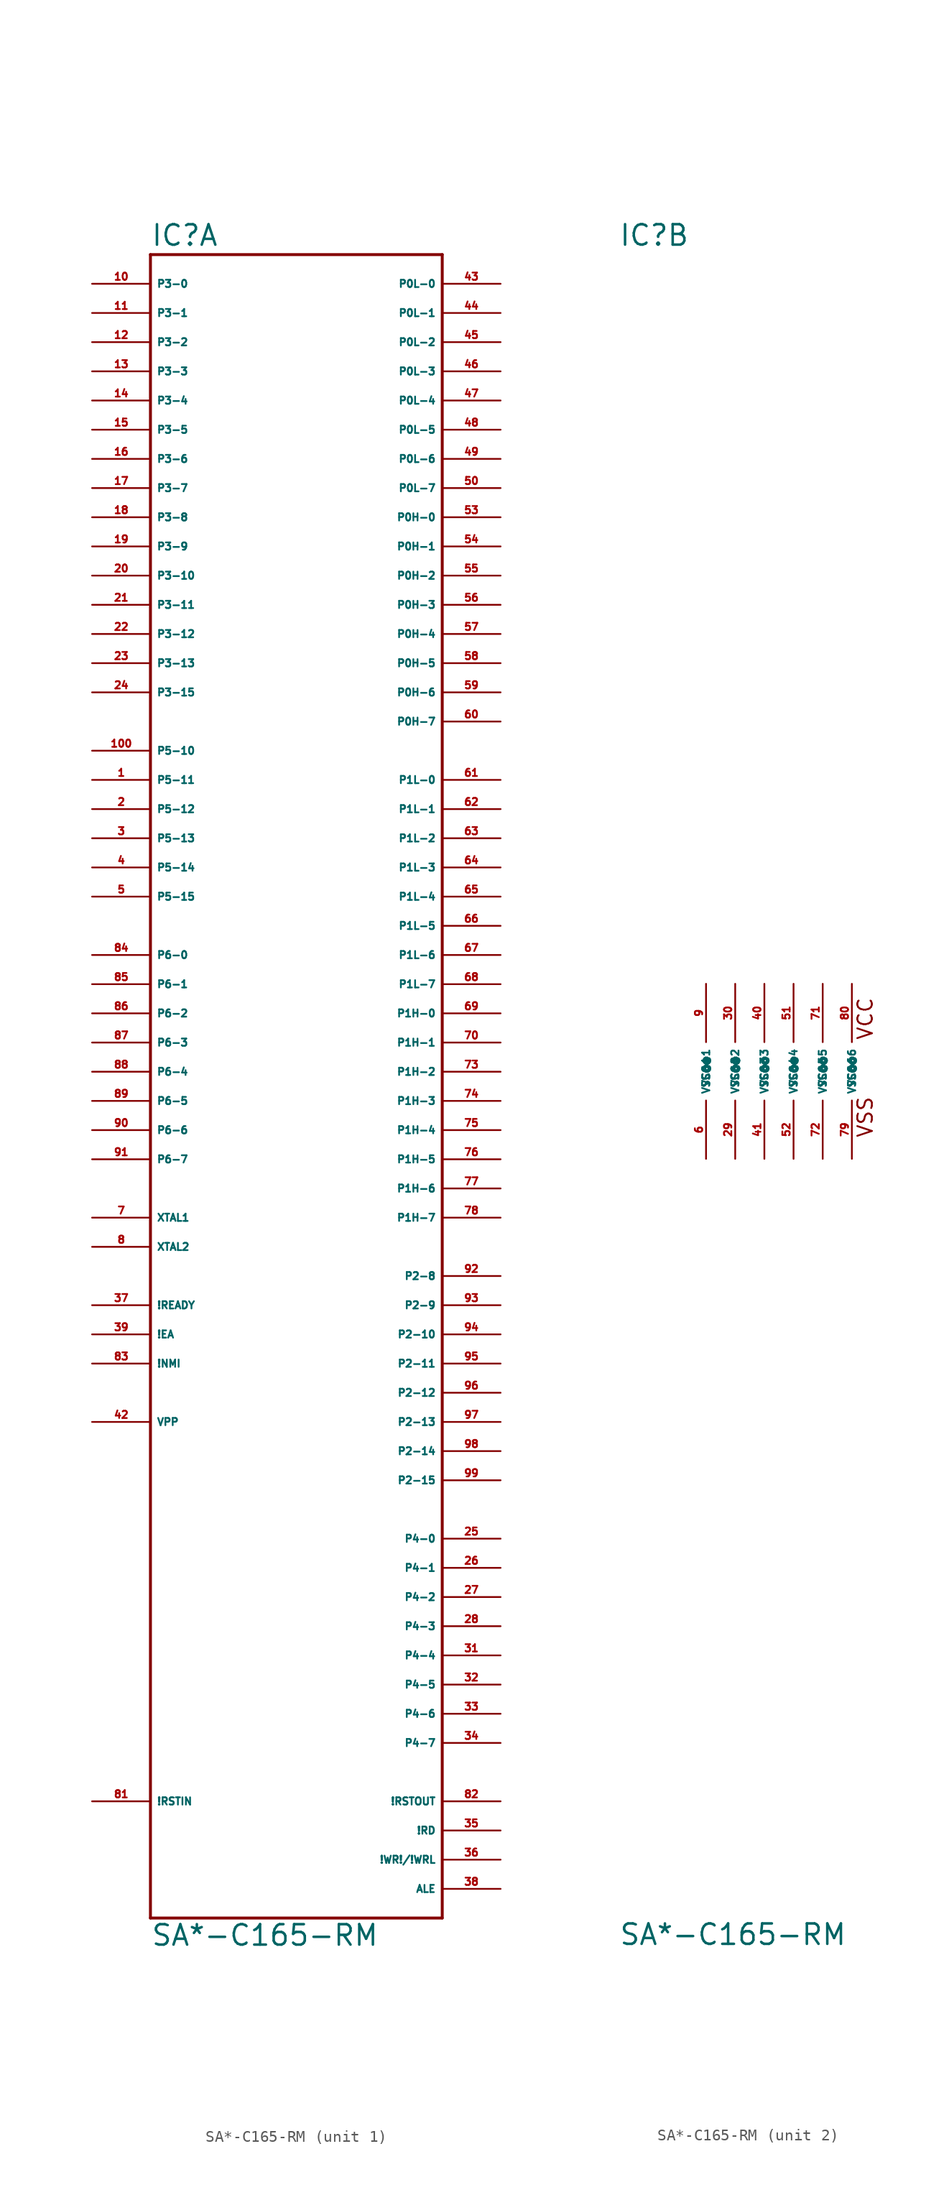
<source format=kicad_sym>
(kicad_symbol_lib
  (version 20220914)
  (generator Eagle2Kicad)
  (symbol "SA*-C165-RM"
    (property "Reference" "IC"
      (at -12.7 71.755 0)
      (effects (font (size 1.778 1.778) (thickness 0.22)) (justify left bottom)))
    (property "Value" "SA*-C165-RM"
      (at -12.7 -76.2 0)
      (effects (font (size 1.778 1.778) (thickness 0.22)) (justify left bottom)))
    (symbol "SA*-C165-RM_1_0"
      (polyline (pts (xy 12.7 71.12) (xy -12.7 71.12)) (stroke (width 0.254) (type default)) (fill (type none)))
      (polyline (pts (xy -12.7 71.12) (xy -12.7 -73.66)) (stroke (width 0.254) (type default)) (fill (type none)))
      (polyline (pts (xy -12.7 -73.66) (xy 12.7 -73.66)) (stroke (width 0.254) (type default)) (fill (type none)))
      (polyline (pts (xy 12.7 -73.66) (xy 12.7 71.12)) (stroke (width 0.254) (type default)) (fill (type none)))
      (pin bidirectional line (at 17.78 66.04 180) (length 5.08) (name "P0L-1" (effects (font (size 0.635 0.635) (thickness 0.08)) (justify left bottom))) (number "44" (effects (font (size 0.635 0.635) (thickness 0.08)) (justify left bottom))))
      (pin bidirectional line (at 17.78 63.5 180) (length 5.08) (name "P0L-2" (effects (font (size 0.635 0.635) (thickness 0.08)) (justify left bottom))) (number "45" (effects (font (size 0.635 0.635) (thickness 0.08)) (justify left bottom))))
      (pin bidirectional line (at 17.78 60.96 180) (length 5.08) (name "P0L-3" (effects (font (size 0.635 0.635) (thickness 0.08)) (justify left bottom))) (number "46" (effects (font (size 0.635 0.635) (thickness 0.08)) (justify left bottom))))
      (pin bidirectional line (at 17.78 58.42 180) (length 5.08) (name "P0L-4" (effects (font (size 0.635 0.635) (thickness 0.08)) (justify left bottom))) (number "47" (effects (font (size 0.635 0.635) (thickness 0.08)) (justify left bottom))))
      (pin bidirectional line (at 17.78 55.88 180) (length 5.08) (name "P0L-5" (effects (font (size 0.635 0.635) (thickness 0.08)) (justify left bottom))) (number "48" (effects (font (size 0.635 0.635) (thickness 0.08)) (justify left bottom))))
      (pin bidirectional line (at 17.78 53.34 180) (length 5.08) (name "P0L-6" (effects (font (size 0.635 0.635) (thickness 0.08)) (justify left bottom))) (number "49" (effects (font (size 0.635 0.635) (thickness 0.08)) (justify left bottom))))
      (pin bidirectional line (at 17.78 50.8 180) (length 5.08) (name "P0L-7" (effects (font (size 0.635 0.635) (thickness 0.08)) (justify left bottom))) (number "50" (effects (font (size 0.635 0.635) (thickness 0.08)) (justify left bottom))))
      (pin bidirectional line (at 17.78 48.26 180) (length 5.08) (name "P0H-0" (effects (font (size 0.635 0.635) (thickness 0.08)) (justify left bottom))) (number "53" (effects (font (size 0.635 0.635) (thickness 0.08)) (justify left bottom))))
      (pin bidirectional line (at 17.78 45.72 180) (length 5.08) (name "P0H-1" (effects (font (size 0.635 0.635) (thickness 0.08)) (justify left bottom))) (number "54" (effects (font (size 0.635 0.635) (thickness 0.08)) (justify left bottom))))
      (pin bidirectional line (at 17.78 43.18 180) (length 5.08) (name "P0H-2" (effects (font (size 0.635 0.635) (thickness 0.08)) (justify left bottom))) (number "55" (effects (font (size 0.635 0.635) (thickness 0.08)) (justify left bottom))))
      (pin bidirectional line (at 17.78 40.64 180) (length 5.08) (name "P0H-3" (effects (font (size 0.635 0.635) (thickness 0.08)) (justify left bottom))) (number "56" (effects (font (size 0.635 0.635) (thickness 0.08)) (justify left bottom))))
      (pin bidirectional line (at 17.78 38.1 180) (length 5.08) (name "P0H-4" (effects (font (size 0.635 0.635) (thickness 0.08)) (justify left bottom))) (number "57" (effects (font (size 0.635 0.635) (thickness 0.08)) (justify left bottom))))
      (pin bidirectional line (at 17.78 35.56 180) (length 5.08) (name "P0H-5" (effects (font (size 0.635 0.635) (thickness 0.08)) (justify left bottom))) (number "58" (effects (font (size 0.635 0.635) (thickness 0.08)) (justify left bottom))))
      (pin bidirectional line (at 17.78 33.02 180) (length 5.08) (name "P0H-6" (effects (font (size 0.635 0.635) (thickness 0.08)) (justify left bottom))) (number "59" (effects (font (size 0.635 0.635) (thickness 0.08)) (justify left bottom))))
      (pin bidirectional line (at 17.78 30.48 180) (length 5.08) (name "P0H-7" (effects (font (size 0.635 0.635) (thickness 0.08)) (justify left bottom))) (number "60" (effects (font (size 0.635 0.635) (thickness 0.08)) (justify left bottom))))
      (pin bidirectional line (at 17.78 68.58 180) (length 5.08) (name "P0L-0" (effects (font (size 0.635 0.635) (thickness 0.08)) (justify left bottom))) (number "43" (effects (font (size 0.635 0.635) (thickness 0.08)) (justify left bottom))))
      (pin input line (at -17.78 20.32 0) (length 5.08) (name "P5-13" (effects (font (size 0.635 0.635) (thickness 0.08)) (justify left bottom))) (number "3" (effects (font (size 0.635 0.635) (thickness 0.08)) (justify left bottom))))
      (pin input line (at -17.78 17.78 0) (length 5.08) (name "P5-14" (effects (font (size 0.635 0.635) (thickness 0.08)) (justify left bottom))) (number "4" (effects (font (size 0.635 0.635) (thickness 0.08)) (justify left bottom))))
      (pin input line (at -17.78 15.24 0) (length 5.08) (name "P5-15" (effects (font (size 0.635 0.635) (thickness 0.08)) (justify left bottom))) (number "5" (effects (font (size 0.635 0.635) (thickness 0.08)) (justify left bottom))))
      (pin bidirectional line (at -17.78 10.16 0) (length 5.08) (name "P6-0" (effects (font (size 0.635 0.635) (thickness 0.08)) (justify left bottom))) (number "84" (effects (font (size 0.635 0.635) (thickness 0.08)) (justify left bottom))))
      (pin bidirectional line (at -17.78 7.62 0) (length 5.08) (name "P6-1" (effects (font (size 0.635 0.635) (thickness 0.08)) (justify left bottom))) (number "85" (effects (font (size 0.635 0.635) (thickness 0.08)) (justify left bottom))))
      (pin bidirectional line (at -17.78 5.08 0) (length 5.08) (name "P6-2" (effects (font (size 0.635 0.635) (thickness 0.08)) (justify left bottom))) (number "86" (effects (font (size 0.635 0.635) (thickness 0.08)) (justify left bottom))))
      (pin bidirectional line (at -17.78 2.54 0) (length 5.08) (name "P6-3" (effects (font (size 0.635 0.635) (thickness 0.08)) (justify left bottom))) (number "87" (effects (font (size 0.635 0.635) (thickness 0.08)) (justify left bottom))))
      (pin bidirectional line (at -17.78 0 0) (length 5.08) (name "P6-4" (effects (font (size 0.635 0.635) (thickness 0.08)) (justify left bottom))) (number "88" (effects (font (size 0.635 0.635) (thickness 0.08)) (justify left bottom))))
      (pin bidirectional line (at -17.78 -2.54 0) (length 5.08) (name "P6-5" (effects (font (size 0.635 0.635) (thickness 0.08)) (justify left bottom))) (number "89" (effects (font (size 0.635 0.635) (thickness 0.08)) (justify left bottom))))
      (pin bidirectional line (at -17.78 -5.08 0) (length 5.08) (name "P6-6" (effects (font (size 0.635 0.635) (thickness 0.08)) (justify left bottom))) (number "90" (effects (font (size 0.635 0.635) (thickness 0.08)) (justify left bottom))))
      (pin bidirectional line (at 17.78 25.4 180) (length 5.08) (name "P1L-0" (effects (font (size 0.635 0.635) (thickness 0.08)) (justify left bottom))) (number "61" (effects (font (size 0.635 0.635) (thickness 0.08)) (justify left bottom))))
      (pin bidirectional line (at 17.78 22.86 180) (length 5.08) (name "P1L-1" (effects (font (size 0.635 0.635) (thickness 0.08)) (justify left bottom))) (number "62" (effects (font (size 0.635 0.635) (thickness 0.08)) (justify left bottom))))
      (pin bidirectional line (at 17.78 20.32 180) (length 5.08) (name "P1L-2" (effects (font (size 0.635 0.635) (thickness 0.08)) (justify left bottom))) (number "63" (effects (font (size 0.635 0.635) (thickness 0.08)) (justify left bottom))))
      (pin bidirectional line (at 17.78 17.78 180) (length 5.08) (name "P1L-3" (effects (font (size 0.635 0.635) (thickness 0.08)) (justify left bottom))) (number "64" (effects (font (size 0.635 0.635) (thickness 0.08)) (justify left bottom))))
      (pin bidirectional line (at 17.78 15.24 180) (length 5.08) (name "P1L-4" (effects (font (size 0.635 0.635) (thickness 0.08)) (justify left bottom))) (number "65" (effects (font (size 0.635 0.635) (thickness 0.08)) (justify left bottom))))
      (pin bidirectional line (at 17.78 12.7 180) (length 5.08) (name "P1L-5" (effects (font (size 0.635 0.635) (thickness 0.08)) (justify left bottom))) (number "66" (effects (font (size 0.635 0.635) (thickness 0.08)) (justify left bottom))))
      (pin bidirectional line (at 17.78 10.16 180) (length 5.08) (name "P1L-6" (effects (font (size 0.635 0.635) (thickness 0.08)) (justify left bottom))) (number "67" (effects (font (size 0.635 0.635) (thickness 0.08)) (justify left bottom))))
      (pin bidirectional line (at 17.78 7.62 180) (length 5.08) (name "P1L-7" (effects (font (size 0.635 0.635) (thickness 0.08)) (justify left bottom))) (number "68" (effects (font (size 0.635 0.635) (thickness 0.08)) (justify left bottom))))
      (pin bidirectional line (at 17.78 5.08 180) (length 5.08) (name "P1H-0" (effects (font (size 0.635 0.635) (thickness 0.08)) (justify left bottom))) (number "69" (effects (font (size 0.635 0.635) (thickness 0.08)) (justify left bottom))))
      (pin bidirectional line (at 17.78 2.54 180) (length 5.08) (name "P1H-1" (effects (font (size 0.635 0.635) (thickness 0.08)) (justify left bottom))) (number "70" (effects (font (size 0.635 0.635) (thickness 0.08)) (justify left bottom))))
      (pin bidirectional line (at 17.78 0 180) (length 5.08) (name "P1H-2" (effects (font (size 0.635 0.635) (thickness 0.08)) (justify left bottom))) (number "73" (effects (font (size 0.635 0.635) (thickness 0.08)) (justify left bottom))))
      (pin bidirectional line (at 17.78 -2.54 180) (length 5.08) (name "P1H-3" (effects (font (size 0.635 0.635) (thickness 0.08)) (justify left bottom))) (number "74" (effects (font (size 0.635 0.635) (thickness 0.08)) (justify left bottom))))
      (pin bidirectional line (at 17.78 -5.08 180) (length 5.08) (name "P1H-4" (effects (font (size 0.635 0.635) (thickness 0.08)) (justify left bottom))) (number "75" (effects (font (size 0.635 0.635) (thickness 0.08)) (justify left bottom))))
      (pin bidirectional line (at 17.78 -7.62 180) (length 5.08) (name "P1H-5" (effects (font (size 0.635 0.635) (thickness 0.08)) (justify left bottom))) (number "76" (effects (font (size 0.635 0.635) (thickness 0.08)) (justify left bottom))))
      (pin bidirectional line (at 17.78 -10.16 180) (length 5.08) (name "P1H-6" (effects (font (size 0.635 0.635) (thickness 0.08)) (justify left bottom))) (number "77" (effects (font (size 0.635 0.635) (thickness 0.08)) (justify left bottom))))
      (pin bidirectional line (at 17.78 -12.7 180) (length 5.08) (name "P1H-7" (effects (font (size 0.635 0.635) (thickness 0.08)) (justify left bottom))) (number "78" (effects (font (size 0.635 0.635) (thickness 0.08)) (justify left bottom))))
      (pin bidirectional line (at 17.78 -17.78 180) (length 5.08) (name "P2-8" (effects (font (size 0.635 0.635) (thickness 0.08)) (justify left bottom))) (number "92" (effects (font (size 0.635 0.635) (thickness 0.08)) (justify left bottom))))
      (pin bidirectional line (at 17.78 -20.32 180) (length 5.08) (name "P2-9" (effects (font (size 0.635 0.635) (thickness 0.08)) (justify left bottom))) (number "93" (effects (font (size 0.635 0.635) (thickness 0.08)) (justify left bottom))))
      (pin bidirectional line (at 17.78 -22.86 180) (length 5.08) (name "P2-10" (effects (font (size 0.635 0.635) (thickness 0.08)) (justify left bottom))) (number "94" (effects (font (size 0.635 0.635) (thickness 0.08)) (justify left bottom))))
      (pin bidirectional line (at 17.78 -25.4 180) (length 5.08) (name "P2-11" (effects (font (size 0.635 0.635) (thickness 0.08)) (justify left bottom))) (number "95" (effects (font (size 0.635 0.635) (thickness 0.08)) (justify left bottom))))
      (pin bidirectional line (at 17.78 -27.94 180) (length 5.08) (name "P2-12" (effects (font (size 0.635 0.635) (thickness 0.08)) (justify left bottom))) (number "96" (effects (font (size 0.635 0.635) (thickness 0.08)) (justify left bottom))))
      (pin bidirectional line (at 17.78 -33.02 180) (length 5.08) (name "P2-14" (effects (font (size 0.635 0.635) (thickness 0.08)) (justify left bottom))) (number "98" (effects (font (size 0.635 0.635) (thickness 0.08)) (justify left bottom))))
      (pin bidirectional line (at 17.78 -35.56 180) (length 5.08) (name "P2-15" (effects (font (size 0.635 0.635) (thickness 0.08)) (justify left bottom))) (number "99" (effects (font (size 0.635 0.635) (thickness 0.08)) (justify left bottom))))
      (pin bidirectional line (at 17.78 -30.48 180) (length 5.08) (name "P2-13" (effects (font (size 0.635 0.635) (thickness 0.08)) (justify left bottom))) (number "97" (effects (font (size 0.635 0.635) (thickness 0.08)) (justify left bottom))))
      (pin bidirectional line (at 17.78 -40.64 180) (length 5.08) (name "P4-0" (effects (font (size 0.635 0.635) (thickness 0.08)) (justify left bottom))) (number "25" (effects (font (size 0.635 0.635) (thickness 0.08)) (justify left bottom))))
      (pin bidirectional line (at 17.78 -43.18 180) (length 5.08) (name "P4-1" (effects (font (size 0.635 0.635) (thickness 0.08)) (justify left bottom))) (number "26" (effects (font (size 0.635 0.635) (thickness 0.08)) (justify left bottom))))
      (pin bidirectional line (at 17.78 -45.72 180) (length 5.08) (name "P4-2" (effects (font (size 0.635 0.635) (thickness 0.08)) (justify left bottom))) (number "27" (effects (font (size 0.635 0.635) (thickness 0.08)) (justify left bottom))))
      (pin bidirectional line (at 17.78 -48.26 180) (length 5.08) (name "P4-3" (effects (font (size 0.635 0.635) (thickness 0.08)) (justify left bottom))) (number "28" (effects (font (size 0.635 0.635) (thickness 0.08)) (justify left bottom))))
      (pin bidirectional line (at 17.78 -50.8 180) (length 5.08) (name "P4-4" (effects (font (size 0.635 0.635) (thickness 0.08)) (justify left bottom))) (number "31" (effects (font (size 0.635 0.635) (thickness 0.08)) (justify left bottom))))
      (pin bidirectional line (at 17.78 -53.34 180) (length 5.08) (name "P4-5" (effects (font (size 0.635 0.635) (thickness 0.08)) (justify left bottom))) (number "32" (effects (font (size 0.635 0.635) (thickness 0.08)) (justify left bottom))))
      (pin bidirectional line (at 17.78 -55.88 180) (length 5.08) (name "P4-6" (effects (font (size 0.635 0.635) (thickness 0.08)) (justify left bottom))) (number "33" (effects (font (size 0.635 0.635) (thickness 0.08)) (justify left bottom))))
      (pin bidirectional line (at 17.78 -58.42 180) (length 5.08) (name "P4-7" (effects (font (size 0.635 0.635) (thickness 0.08)) (justify left bottom))) (number "34" (effects (font (size 0.635 0.635) (thickness 0.08)) (justify left bottom))))
      (pin bidirectional line (at -17.78 68.58 0) (length 5.08) (name "P3-0" (effects (font (size 0.635 0.635) (thickness 0.08)) (justify left bottom))) (number "10" (effects (font (size 0.635 0.635) (thickness 0.08)) (justify left bottom))))
      (pin bidirectional line (at -17.78 66.04 0) (length 5.08) (name "P3-1" (effects (font (size 0.635 0.635) (thickness 0.08)) (justify left bottom))) (number "11" (effects (font (size 0.635 0.635) (thickness 0.08)) (justify left bottom))))
      (pin bidirectional line (at -17.78 63.5 0) (length 5.08) (name "P3-2" (effects (font (size 0.635 0.635) (thickness 0.08)) (justify left bottom))) (number "12" (effects (font (size 0.635 0.635) (thickness 0.08)) (justify left bottom))))
      (pin bidirectional line (at -17.78 60.96 0) (length 5.08) (name "P3-3" (effects (font (size 0.635 0.635) (thickness 0.08)) (justify left bottom))) (number "13" (effects (font (size 0.635 0.635) (thickness 0.08)) (justify left bottom))))
      (pin bidirectional line (at -17.78 58.42 0) (length 5.08) (name "P3-4" (effects (font (size 0.635 0.635) (thickness 0.08)) (justify left bottom))) (number "14" (effects (font (size 0.635 0.635) (thickness 0.08)) (justify left bottom))))
      (pin bidirectional line (at -17.78 55.88 0) (length 5.08) (name "P3-5" (effects (font (size 0.635 0.635) (thickness 0.08)) (justify left bottom))) (number "15" (effects (font (size 0.635 0.635) (thickness 0.08)) (justify left bottom))))
      (pin bidirectional line (at -17.78 53.34 0) (length 5.08) (name "P3-6" (effects (font (size 0.635 0.635) (thickness 0.08)) (justify left bottom))) (number "16" (effects (font (size 0.635 0.635) (thickness 0.08)) (justify left bottom))))
      (pin bidirectional line (at -17.78 50.8 0) (length 5.08) (name "P3-7" (effects (font (size 0.635 0.635) (thickness 0.08)) (justify left bottom))) (number "17" (effects (font (size 0.635 0.635) (thickness 0.08)) (justify left bottom))))
      (pin bidirectional line (at -17.78 48.26 0) (length 5.08) (name "P3-8" (effects (font (size 0.635 0.635) (thickness 0.08)) (justify left bottom))) (number "18" (effects (font (size 0.635 0.635) (thickness 0.08)) (justify left bottom))))
      (pin bidirectional line (at -17.78 45.72 0) (length 5.08) (name "P3-9" (effects (font (size 0.635 0.635) (thickness 0.08)) (justify left bottom))) (number "19" (effects (font (size 0.635 0.635) (thickness 0.08)) (justify left bottom))))
      (pin bidirectional line (at -17.78 43.18 0) (length 5.08) (name "P3-10" (effects (font (size 0.635 0.635) (thickness 0.08)) (justify left bottom))) (number "20" (effects (font (size 0.635 0.635) (thickness 0.08)) (justify left bottom))))
      (pin bidirectional line (at -17.78 40.64 0) (length 5.08) (name "P3-11" (effects (font (size 0.635 0.635) (thickness 0.08)) (justify left bottom))) (number "21" (effects (font (size 0.635 0.635) (thickness 0.08)) (justify left bottom))))
      (pin bidirectional line (at -17.78 38.1 0) (length 5.08) (name "P3-12" (effects (font (size 0.635 0.635) (thickness 0.08)) (justify left bottom))) (number "22" (effects (font (size 0.635 0.635) (thickness 0.08)) (justify left bottom))))
      (pin bidirectional line (at -17.78 35.56 0) (length 5.08) (name "P3-13" (effects (font (size 0.635 0.635) (thickness 0.08)) (justify left bottom))) (number "23" (effects (font (size 0.635 0.635) (thickness 0.08)) (justify left bottom))))
      (pin bidirectional line (at -17.78 33.02 0) (length 5.08) (name "P3-15" (effects (font (size 0.635 0.635) (thickness 0.08)) (justify left bottom))) (number "24" (effects (font (size 0.635 0.635) (thickness 0.08)) (justify left bottom))))
      (pin input line (at -17.78 22.86 0) (length 5.08) (name "P5-12" (effects (font (size 0.635 0.635) (thickness 0.08)) (justify left bottom))) (number "2" (effects (font (size 0.635 0.635) (thickness 0.08)) (justify left bottom))))
      (pin input line (at -17.78 27.94 0) (length 5.08) (name "P5-10" (effects (font (size 0.635 0.635) (thickness 0.08)) (justify left bottom))) (number "100" (effects (font (size 0.635 0.635) (thickness 0.08)) (justify left bottom))))
      (pin input line (at -17.78 25.4 0) (length 5.08) (name "P5-11" (effects (font (size 0.635 0.635) (thickness 0.08)) (justify left bottom))) (number "1" (effects (font (size 0.635 0.635) (thickness 0.08)) (justify left bottom))))
      (pin input line (at -17.78 -12.7 0) (length 5.08) (name "XTAL1" (effects (font (size 0.635 0.635) (thickness 0.08)) (justify left bottom))) (number "7" (effects (font (size 0.635 0.635) (thickness 0.08)) (justify left bottom))))
      (pin output line (at -17.78 -15.24 0) (length 5.08) (name "XTAL2" (effects (font (size 0.635 0.635) (thickness 0.08)) (justify left bottom))) (number "8" (effects (font (size 0.635 0.635) (thickness 0.08)) (justify left bottom))))
      (pin input line (at -17.78 -22.86 0) (length 5.08) (name "!EA" (effects (font (size 0.635 0.635) (thickness 0.08)) (justify left bottom))) (number "39" (effects (font (size 0.635 0.635) (thickness 0.08)) (justify left bottom))))
      (pin bidirectional line (at -17.78 -7.62 0) (length 5.08) (name "P6-7" (effects (font (size 0.635 0.635) (thickness 0.08)) (justify left bottom))) (number "91" (effects (font (size 0.635 0.635) (thickness 0.08)) (justify left bottom))))
      (pin output line (at 17.78 -63.5 180) (length 5.08) (name "!RSTOUT" (effects (font (size 0.635 0.635) (thickness 0.08)) (justify left bottom))) (number "82" (effects (font (size 0.635 0.635) (thickness 0.08)) (justify left bottom))))
      (pin input line (at -17.78 -63.5 0) (length 5.08) (name "!RSTIN" (effects (font (size 0.635 0.635) (thickness 0.08)) (justify left bottom))) (number "81" (effects (font (size 0.635 0.635) (thickness 0.08)) (justify left bottom))))
      (pin output line (at 17.78 -71.12 180) (length 5.08) (name "ALE" (effects (font (size 0.635 0.635) (thickness 0.08)) (justify left bottom))) (number "38" (effects (font (size 0.635 0.635) (thickness 0.08)) (justify left bottom))))
      (pin input line (at -17.78 -20.32 0) (length 5.08) (name "!READY" (effects (font (size 0.635 0.635) (thickness 0.08)) (justify left bottom))) (number "37" (effects (font (size 0.635 0.635) (thickness 0.08)) (justify left bottom))))
      (pin output line (at 17.78 -68.58 180) (length 5.08) (name "!WR!/!WRL" (effects (font (size 0.635 0.635) (thickness 0.08)) (justify left bottom))) (number "36" (effects (font (size 0.635 0.635) (thickness 0.08)) (justify left bottom))))
      (pin output line (at 17.78 -66.04 180) (length 5.08) (name "!RD" (effects (font (size 0.635 0.635) (thickness 0.08)) (justify left bottom))) (number "35" (effects (font (size 0.635 0.635) (thickness 0.08)) (justify left bottom))))
      (pin input line (at -17.78 -25.4 0) (length 5.08) (name "!NMI" (effects (font (size 0.635 0.635) (thickness 0.08)) (justify left bottom))) (number "83" (effects (font (size 0.635 0.635) (thickness 0.08)) (justify left bottom))))
      (pin passive line (at -17.78 -30.48 0) (length 5.08) (name "VPP" (effects (font (size 0.635 0.635) (thickness 0.08)) (justify left bottom))) (number "42" (effects (font (size 0.635 0.635) (thickness 0.08)) (justify left bottom)))))
    (symbol "SA*-C165-RM_2_0"
      (text "VCC" (at 9.525 2.667 900) (effects (font (size 1.27 1.27) (thickness 0.16)) (justify left bottom)))
      (text "VSS" (at 9.525 -5.842 900) (effects (font (size 1.27 1.27) (thickness 0.16)) (justify left bottom)))
      (pin unspecified line (at -5.08 7.62 270) (length 5.08) (name "VCC@1" (effects (font (size 0.635 0.635) (thickness 0.08)) (justify left bottom))) (number "9" (effects (font (size 0.635 0.635) (thickness 0.08)) (justify left bottom))))
      (pin unspecified line (at -2.54 7.62 270) (length 5.08) (name "VCC@2" (effects (font (size 0.635 0.635) (thickness 0.08)) (justify left bottom))) (number "30" (effects (font (size 0.635 0.635) (thickness 0.08)) (justify left bottom))))
      (pin unspecified line (at 0 7.62 270) (length 5.08) (name "VCC@3" (effects (font (size 0.635 0.635) (thickness 0.08)) (justify left bottom))) (number "40" (effects (font (size 0.635 0.635) (thickness 0.08)) (justify left bottom))))
      (pin unspecified line (at 2.54 7.62 270) (length 5.08) (name "VCC@4" (effects (font (size 0.635 0.635) (thickness 0.08)) (justify left bottom))) (number "51" (effects (font (size 0.635 0.635) (thickness 0.08)) (justify left bottom))))
      (pin unspecified line (at 5.08 7.62 270) (length 5.08) (name "VCC@5" (effects (font (size 0.635 0.635) (thickness 0.08)) (justify left bottom))) (number "71" (effects (font (size 0.635 0.635) (thickness 0.08)) (justify left bottom))))
      (pin unspecified line (at 7.62 7.62 270) (length 5.08) (name "VCC@6" (effects (font (size 0.635 0.635) (thickness 0.08)) (justify left bottom))) (number "80" (effects (font (size 0.635 0.635) (thickness 0.08)) (justify left bottom))))
      (pin unspecified line (at -5.08 -7.62 90) (length 5.08) (name "VSS@1" (effects (font (size 0.635 0.635) (thickness 0.08)) (justify left bottom))) (number "6" (effects (font (size 0.635 0.635) (thickness 0.08)) (justify left bottom))))
      (pin unspecified line (at -2.54 -7.62 90) (length 5.08) (name "VSS@2" (effects (font (size 0.635 0.635) (thickness 0.08)) (justify left bottom))) (number "29" (effects (font (size 0.635 0.635) (thickness 0.08)) (justify left bottom))))
      (pin unspecified line (at 0 -7.62 90) (length 5.08) (name "VSS@3" (effects (font (size 0.635 0.635) (thickness 0.08)) (justify left bottom))) (number "41" (effects (font (size 0.635 0.635) (thickness 0.08)) (justify left bottom))))
      (pin unspecified line (at 2.54 -7.62 90) (length 5.08) (name "VSS@4" (effects (font (size 0.635 0.635) (thickness 0.08)) (justify left bottom))) (number "52" (effects (font (size 0.635 0.635) (thickness 0.08)) (justify left bottom))))
      (pin unspecified line (at 5.08 -7.62 90) (length 5.08) (name "VSS@5" (effects (font (size 0.635 0.635) (thickness 0.08)) (justify left bottom))) (number "72" (effects (font (size 0.635 0.635) (thickness 0.08)) (justify left bottom))))
      (pin unspecified line (at 7.62 -7.62 90) (length 5.08) (name "VSS@6" (effects (font (size 0.635 0.635) (thickness 0.08)) (justify left bottom))) (number "79" (effects (font (size 0.635 0.635) (thickness 0.08)) (justify left bottom)))))))
</source>
